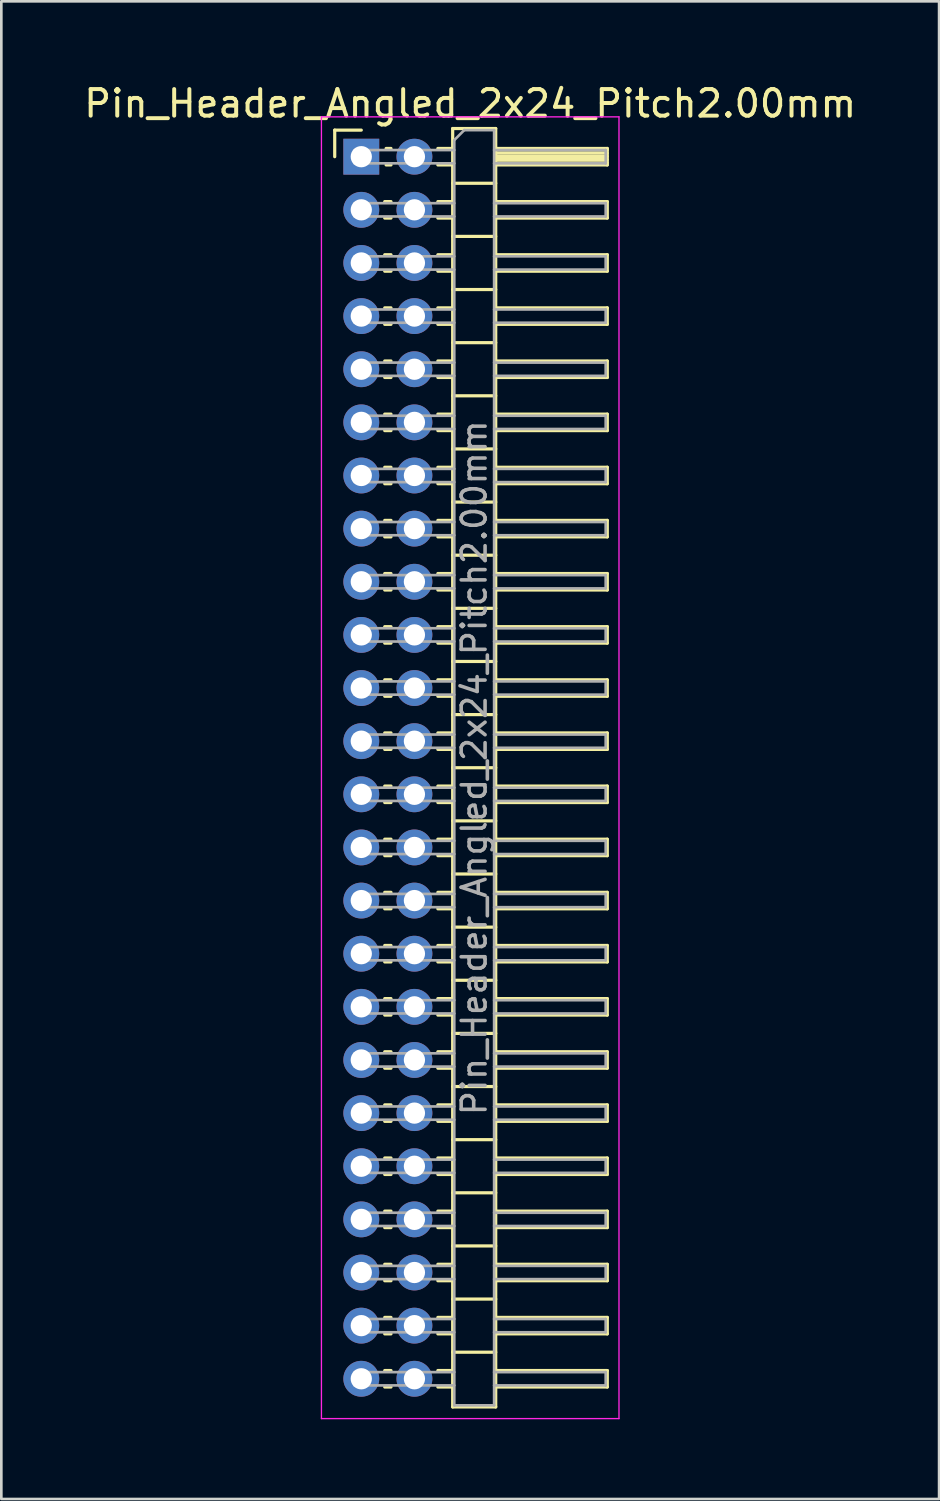
<source format=kicad_pcb>
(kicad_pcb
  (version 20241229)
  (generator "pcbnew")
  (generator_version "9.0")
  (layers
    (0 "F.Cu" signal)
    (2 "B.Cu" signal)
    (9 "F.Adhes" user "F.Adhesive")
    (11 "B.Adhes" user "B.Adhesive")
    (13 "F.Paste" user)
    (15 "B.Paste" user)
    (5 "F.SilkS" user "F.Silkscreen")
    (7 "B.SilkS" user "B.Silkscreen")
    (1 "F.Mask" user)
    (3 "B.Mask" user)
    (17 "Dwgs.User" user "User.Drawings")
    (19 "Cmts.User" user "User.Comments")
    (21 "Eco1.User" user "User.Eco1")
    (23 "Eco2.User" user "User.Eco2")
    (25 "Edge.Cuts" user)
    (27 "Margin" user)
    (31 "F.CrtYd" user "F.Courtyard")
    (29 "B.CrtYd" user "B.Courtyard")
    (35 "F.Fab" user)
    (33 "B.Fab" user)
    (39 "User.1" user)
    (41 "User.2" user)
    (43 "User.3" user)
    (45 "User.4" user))
  (footprint "Pin_Header_Angled_2x24_Pitch2.00mm"
    (layer "F.Cu")
    (at 10.549 2.848)
    (property "Reference" "Pin_Header_Angled_2x24_Pitch2.00mm" (at 4.1 -2 0) (layer "F.SilkS") (effects (font (size 1 1) (thickness 0.15))))
    (attr through_hole)
    (fp_line (start -1 -1) (end 0 -1) (stroke (width 0.12) (type solid)) (layer "F.SilkS"))
    (fp_line (start -1 0) (end -1 -1) (stroke (width 0.12) (type solid)) (layer "F.SilkS"))
    (fp_line (start 0.882 1.69) (end 1.118 1.69) (stroke (width 0.12) (type solid)) (layer "F.SilkS"))
    (fp_line (start 0.882 2.31) (end 1.118 2.31) (stroke (width 0.12) (type solid)) (layer "F.SilkS"))
    (fp_line (start 0.882 3.69) (end 1.118 3.69) (stroke (width 0.12) (type solid)) (layer "F.SilkS"))
    (fp_line (start 0.882 4.31) (end 1.118 4.31) (stroke (width 0.12) (type solid)) (layer "F.SilkS"))
    (fp_line (start 0.882 5.69) (end 1.118 5.69) (stroke (width 0.12) (type solid)) (layer "F.SilkS"))
    (fp_line (start 0.882 6.31) (end 1.118 6.31) (stroke (width 0.12) (type solid)) (layer "F.SilkS"))
    (fp_line (start 0.882 7.69) (end 1.118 7.69) (stroke (width 0.12) (type solid)) (layer "F.SilkS"))
    (fp_line (start 0.882 8.31) (end 1.118 8.31) (stroke (width 0.12) (type solid)) (layer "F.SilkS"))
    (fp_line (start 0.882 9.69) (end 1.118 9.69) (stroke (width 0.12) (type solid)) (layer "F.SilkS"))
    (fp_line (start 0.882 10.31) (end 1.118 10.31) (stroke (width 0.12) (type solid)) (layer "F.SilkS"))
    (fp_line (start 0.882 11.69) (end 1.118 11.69) (stroke (width 0.12) (type solid)) (layer "F.SilkS"))
    (fp_line (start 0.882 12.31) (end 1.118 12.31) (stroke (width 0.12) (type solid)) (layer "F.SilkS"))
    (fp_line (start 0.882 13.69) (end 1.118 13.69) (stroke (width 0.12) (type solid)) (layer "F.SilkS"))
    (fp_line (start 0.882 14.31) (end 1.118 14.31) (stroke (width 0.12) (type solid)) (layer "F.SilkS"))
    (fp_line (start 0.882 15.69) (end 1.118 15.69) (stroke (width 0.12) (type solid)) (layer "F.SilkS"))
    (fp_line (start 0.882 16.31) (end 1.118 16.31) (stroke (width 0.12) (type solid)) (layer "F.SilkS"))
    (fp_line (start 0.882 17.69) (end 1.118 17.69) (stroke (width 0.12) (type solid)) (layer "F.SilkS"))
    (fp_line (start 0.882 18.31) (end 1.118 18.31) (stroke (width 0.12) (type solid)) (layer "F.SilkS"))
    (fp_line (start 0.882 19.69) (end 1.118 19.69) (stroke (width 0.12) (type solid)) (layer "F.SilkS"))
    (fp_line (start 0.882 20.31) (end 1.118 20.31) (stroke (width 0.12) (type solid)) (layer "F.SilkS"))
    (fp_line (start 0.882 21.69) (end 1.118 21.69) (stroke (width 0.12) (type solid)) (layer "F.SilkS"))
    (fp_line (start 0.882 22.31) (end 1.118 22.31) (stroke (width 0.12) (type solid)) (layer "F.SilkS"))
    (fp_line (start 0.882 23.69) (end 1.118 23.69) (stroke (width 0.12) (type solid)) (layer "F.SilkS"))
    (fp_line (start 0.882 24.31) (end 1.118 24.31) (stroke (width 0.12) (type solid)) (layer "F.SilkS"))
    (fp_line (start 0.882 25.69) (end 1.118 25.69) (stroke (width 0.12) (type solid)) (layer "F.SilkS"))
    (fp_line (start 0.882 26.31) (end 1.118 26.31) (stroke (width 0.12) (type solid)) (layer "F.SilkS"))
    (fp_line (start 0.882 27.69) (end 1.118 27.69) (stroke (width 0.12) (type solid)) (layer "F.SilkS"))
    (fp_line (start 0.882 28.31) (end 1.118 28.31) (stroke (width 0.12) (type solid)) (layer "F.SilkS"))
    (fp_line (start 0.882 29.69) (end 1.118 29.69) (stroke (width 0.12) (type solid)) (layer "F.SilkS"))
    (fp_line (start 0.882 30.31) (end 1.118 30.31) (stroke (width 0.12) (type solid)) (layer "F.SilkS"))
    (fp_line (start 0.882 31.69) (end 1.118 31.69) (stroke (width 0.12) (type solid)) (layer "F.SilkS"))
    (fp_line (start 0.882 32.31) (end 1.118 32.31) (stroke (width 0.12) (type solid)) (layer "F.SilkS"))
    (fp_line (start 0.882 33.69) (end 1.118 33.69) (stroke (width 0.12) (type solid)) (layer "F.SilkS"))
    (fp_line (start 0.882 34.31) (end 1.118 34.31) (stroke (width 0.12) (type solid)) (layer "F.SilkS"))
    (fp_line (start 0.882 35.69) (end 1.118 35.69) (stroke (width 0.12) (type solid)) (layer "F.SilkS"))
    (fp_line (start 0.882 36.31) (end 1.118 36.31) (stroke (width 0.12) (type solid)) (layer "F.SilkS"))
    (fp_line (start 0.882 37.69) (end 1.118 37.69) (stroke (width 0.12) (type solid)) (layer "F.SilkS"))
    (fp_line (start 0.882 38.31) (end 1.118 38.31) (stroke (width 0.12) (type solid)) (layer "F.SilkS"))
    (fp_line (start 0.882 39.69) (end 1.118 39.69) (stroke (width 0.12) (type solid)) (layer "F.SilkS"))
    (fp_line (start 0.882 40.31) (end 1.118 40.31) (stroke (width 0.12) (type solid)) (layer "F.SilkS"))
    (fp_line (start 0.882 41.69) (end 1.118 41.69) (stroke (width 0.12) (type solid)) (layer "F.SilkS"))
    (fp_line (start 0.882 42.31) (end 1.118 42.31) (stroke (width 0.12) (type solid)) (layer "F.SilkS"))
    (fp_line (start 0.882 43.69) (end 1.118 43.69) (stroke (width 0.12) (type solid)) (layer "F.SilkS"))
    (fp_line (start 0.882 44.31) (end 1.118 44.31) (stroke (width 0.12) (type solid)) (layer "F.SilkS"))
    (fp_line (start 0.882 45.69) (end 1.118 45.69) (stroke (width 0.12) (type solid)) (layer "F.SilkS"))
    (fp_line (start 0.882 46.31) (end 1.118 46.31) (stroke (width 0.12) (type solid)) (layer "F.SilkS"))
    (fp_line (start 0.935 -0.31) (end 1.118 -0.31) (stroke (width 0.12) (type solid)) (layer "F.SilkS"))
    (fp_line (start 0.935 0.31) (end 1.118 0.31) (stroke (width 0.12) (type solid)) (layer "F.SilkS"))
    (fp_line (start 2.882 -0.31) (end 3.44 -0.31) (stroke (width 0.12) (type solid)) (layer "F.SilkS"))
    (fp_line (start 2.882 0.31) (end 3.44 0.31) (stroke (width 0.12) (type solid)) (layer "F.SilkS"))
    (fp_line (start 2.882 1.69) (end 3.44 1.69) (stroke (width 0.12) (type solid)) (layer "F.SilkS"))
    (fp_line (start 2.882 2.31) (end 3.44 2.31) (stroke (width 0.12) (type solid)) (layer "F.SilkS"))
    (fp_line (start 2.882 3.69) (end 3.44 3.69) (stroke (width 0.12) (type solid)) (layer "F.SilkS"))
    (fp_line (start 2.882 4.31) (end 3.44 4.31) (stroke (width 0.12) (type solid)) (layer "F.SilkS"))
    (fp_line (start 2.882 5.69) (end 3.44 5.69) (stroke (width 0.12) (type solid)) (layer "F.SilkS"))
    (fp_line (start 2.882 6.31) (end 3.44 6.31) (stroke (width 0.12) (type solid)) (layer "F.SilkS"))
    (fp_line (start 2.882 7.69) (end 3.44 7.69) (stroke (width 0.12) (type solid)) (layer "F.SilkS"))
    (fp_line (start 2.882 8.31) (end 3.44 8.31) (stroke (width 0.12) (type solid)) (layer "F.SilkS"))
    (fp_line (start 2.882 9.69) (end 3.44 9.69) (stroke (width 0.12) (type solid)) (layer "F.SilkS"))
    (fp_line (start 2.882 10.31) (end 3.44 10.31) (stroke (width 0.12) (type solid)) (layer "F.SilkS"))
    (fp_line (start 2.882 11.69) (end 3.44 11.69) (stroke (width 0.12) (type solid)) (layer "F.SilkS"))
    (fp_line (start 2.882 12.31) (end 3.44 12.31) (stroke (width 0.12) (type solid)) (layer "F.SilkS"))
    (fp_line (start 2.882 13.69) (end 3.44 13.69) (stroke (width 0.12) (type solid)) (layer "F.SilkS"))
    (fp_line (start 2.882 14.31) (end 3.44 14.31) (stroke (width 0.12) (type solid)) (layer "F.SilkS"))
    (fp_line (start 2.882 15.69) (end 3.44 15.69) (stroke (width 0.12) (type solid)) (layer "F.SilkS"))
    (fp_line (start 2.882 16.31) (end 3.44 16.31) (stroke (width 0.12) (type solid)) (layer "F.SilkS"))
    (fp_line (start 2.882 17.69) (end 3.44 17.69) (stroke (width 0.12) (type solid)) (layer "F.SilkS"))
    (fp_line (start 2.882 18.31) (end 3.44 18.31) (stroke (width 0.12) (type solid)) (layer "F.SilkS"))
    (fp_line (start 2.882 19.69) (end 3.44 19.69) (stroke (width 0.12) (type solid)) (layer "F.SilkS"))
    (fp_line (start 2.882 20.31) (end 3.44 20.31) (stroke (width 0.12) (type solid)) (layer "F.SilkS"))
    (fp_line (start 2.882 21.69) (end 3.44 21.69) (stroke (width 0.12) (type solid)) (layer "F.SilkS"))
    (fp_line (start 2.882 22.31) (end 3.44 22.31) (stroke (width 0.12) (type solid)) (layer "F.SilkS"))
    (fp_line (start 2.882 23.69) (end 3.44 23.69) (stroke (width 0.12) (type solid)) (layer "F.SilkS"))
    (fp_line (start 2.882 24.31) (end 3.44 24.31) (stroke (width 0.12) (type solid)) (layer "F.SilkS"))
    (fp_line (start 2.882 25.69) (end 3.44 25.69) (stroke (width 0.12) (type solid)) (layer "F.SilkS"))
    (fp_line (start 2.882 26.31) (end 3.44 26.31) (stroke (width 0.12) (type solid)) (layer "F.SilkS"))
    (fp_line (start 2.882 27.69) (end 3.44 27.69) (stroke (width 0.12) (type solid)) (layer "F.SilkS"))
    (fp_line (start 2.882 28.31) (end 3.44 28.31) (stroke (width 0.12) (type solid)) (layer "F.SilkS"))
    (fp_line (start 2.882 29.69) (end 3.44 29.69) (stroke (width 0.12) (type solid)) (layer "F.SilkS"))
    (fp_line (start 2.882 30.31) (end 3.44 30.31) (stroke (width 0.12) (type solid)) (layer "F.SilkS"))
    (fp_line (start 2.882 31.69) (end 3.44 31.69) (stroke (width 0.12) (type solid)) (layer "F.SilkS"))
    (fp_line (start 2.882 32.31) (end 3.44 32.31) (stroke (width 0.12) (type solid)) (layer "F.SilkS"))
    (fp_line (start 2.882 33.69) (end 3.44 33.69) (stroke (width 0.12) (type solid)) (layer "F.SilkS"))
    (fp_line (start 2.882 34.31) (end 3.44 34.31) (stroke (width 0.12) (type solid)) (layer "F.SilkS"))
    (fp_line (start 2.882 35.69) (end 3.44 35.69) (stroke (width 0.12) (type solid)) (layer "F.SilkS"))
    (fp_line (start 2.882 36.31) (end 3.44 36.31) (stroke (width 0.12) (type solid)) (layer "F.SilkS"))
    (fp_line (start 2.882 37.69) (end 3.44 37.69) (stroke (width 0.12) (type solid)) (layer "F.SilkS"))
    (fp_line (start 2.882 38.31) (end 3.44 38.31) (stroke (width 0.12) (type solid)) (layer "F.SilkS"))
    (fp_line (start 2.882 39.69) (end 3.44 39.69) (stroke (width 0.12) (type solid)) (layer "F.SilkS"))
    (fp_line (start 2.882 40.31) (end 3.44 40.31) (stroke (width 0.12) (type solid)) (layer "F.SilkS"))
    (fp_line (start 2.882 41.69) (end 3.44 41.69) (stroke (width 0.12) (type solid)) (layer "F.SilkS"))
    (fp_line (start 2.882 42.31) (end 3.44 42.31) (stroke (width 0.12) (type solid)) (layer "F.SilkS"))
    (fp_line (start 2.882 43.69) (end 3.44 43.69) (stroke (width 0.12) (type solid)) (layer "F.SilkS"))
    (fp_line (start 2.882 44.31) (end 3.44 44.31) (stroke (width 0.12) (type solid)) (layer "F.SilkS"))
    (fp_line (start 2.882 45.69) (end 3.44 45.69) (stroke (width 0.12) (type solid)) (layer "F.SilkS"))
    (fp_line (start 2.882 46.31) (end 3.44 46.31) (stroke (width 0.12) (type solid)) (layer "F.SilkS"))
    (fp_line (start 3.44 -1.06) (end 3.44 47.06) (stroke (width 0.12) (type solid)) (layer "F.SilkS"))
    (fp_line (start 3.44 1) (end 5.06 1) (stroke (width 0.12) (type solid)) (layer "F.SilkS"))
    (fp_line (start 3.44 3) (end 5.06 3) (stroke (width 0.12) (type solid)) (layer "F.SilkS"))
    (fp_line (start 3.44 5) (end 5.06 5) (stroke (width 0.12) (type solid)) (layer "F.SilkS"))
    (fp_line (start 3.44 7) (end 5.06 7) (stroke (width 0.12) (type solid)) (layer "F.SilkS"))
    (fp_line (start 3.44 9) (end 5.06 9) (stroke (width 0.12) (type solid)) (layer "F.SilkS"))
    (fp_line (start 3.44 11) (end 5.06 11) (stroke (width 0.12) (type solid)) (layer "F.SilkS"))
    (fp_line (start 3.44 13) (end 5.06 13) (stroke (width 0.12) (type solid)) (layer "F.SilkS"))
    (fp_line (start 3.44 15) (end 5.06 15) (stroke (width 0.12) (type solid)) (layer "F.SilkS"))
    (fp_line (start 3.44 17) (end 5.06 17) (stroke (width 0.12) (type solid)) (layer "F.SilkS"))
    (fp_line (start 3.44 19) (end 5.06 19) (stroke (width 0.12) (type solid)) (layer "F.SilkS"))
    (fp_line (start 3.44 21) (end 5.06 21) (stroke (width 0.12) (type solid)) (layer "F.SilkS"))
    (fp_line (start 3.44 23) (end 5.06 23) (stroke (width 0.12) (type solid)) (layer "F.SilkS"))
    (fp_line (start 3.44 25) (end 5.06 25) (stroke (width 0.12) (type solid)) (layer "F.SilkS"))
    (fp_line (start 3.44 27) (end 5.06 27) (stroke (width 0.12) (type solid)) (layer "F.SilkS"))
    (fp_line (start 3.44 29) (end 5.06 29) (stroke (width 0.12) (type solid)) (layer "F.SilkS"))
    (fp_line (start 3.44 31) (end 5.06 31) (stroke (width 0.12) (type solid)) (layer "F.SilkS"))
    (fp_line (start 3.44 33) (end 5.06 33) (stroke (width 0.12) (type solid)) (layer "F.SilkS"))
    (fp_line (start 3.44 35) (end 5.06 35) (stroke (width 0.12) (type solid)) (layer "F.SilkS"))
    (fp_line (start 3.44 37) (end 5.06 37) (stroke (width 0.12) (type solid)) (layer "F.SilkS"))
    (fp_line (start 3.44 39) (end 5.06 39) (stroke (width 0.12) (type solid)) (layer "F.SilkS"))
    (fp_line (start 3.44 41) (end 5.06 41) (stroke (width 0.12) (type solid)) (layer "F.SilkS"))
    (fp_line (start 3.44 43) (end 5.06 43) (stroke (width 0.12) (type solid)) (layer "F.SilkS"))
    (fp_line (start 3.44 45) (end 5.06 45) (stroke (width 0.12) (type solid)) (layer "F.SilkS"))
    (fp_line (start 3.44 47.06) (end 5.06 47.06) (stroke (width 0.12) (type solid)) (layer "F.SilkS"))
    (fp_line (start 5.06 -1.06) (end 3.44 -1.06) (stroke (width 0.12) (type solid)) (layer "F.SilkS"))
    (fp_line (start 5.06 -0.31) (end 9.26 -0.31) (stroke (width 0.12) (type solid)) (layer "F.SilkS"))
    (fp_line (start 5.06 -0.25) (end 9.26 -0.25) (stroke (width 0.12) (type solid)) (layer "F.SilkS"))
    (fp_line (start 5.06 -0.13) (end 9.26 -0.13) (stroke (width 0.12) (type solid)) (layer "F.SilkS"))
    (fp_line (start 5.06 -0.01) (end 9.26 -0.01) (stroke (width 0.12) (type solid)) (layer "F.SilkS"))
    (fp_line (start 5.06 0.11) (end 9.26 0.11) (stroke (width 0.12) (type solid)) (layer "F.SilkS"))
    (fp_line (start 5.06 0.23) (end 9.26 0.23) (stroke (width 0.12) (type solid)) (layer "F.SilkS"))
    (fp_line (start 5.06 1.69) (end 9.26 1.69) (stroke (width 0.12) (type solid)) (layer "F.SilkS"))
    (fp_line (start 5.06 3.69) (end 9.26 3.69) (stroke (width 0.12) (type solid)) (layer "F.SilkS"))
    (fp_line (start 5.06 5.69) (end 9.26 5.69) (stroke (width 0.12) (type solid)) (layer "F.SilkS"))
    (fp_line (start 5.06 7.69) (end 9.26 7.69) (stroke (width 0.12) (type solid)) (layer "F.SilkS"))
    (fp_line (start 5.06 9.69) (end 9.26 9.69) (stroke (width 0.12) (type solid)) (layer "F.SilkS"))
    (fp_line (start 5.06 11.69) (end 9.26 11.69) (stroke (width 0.12) (type solid)) (layer "F.SilkS"))
    (fp_line (start 5.06 13.69) (end 9.26 13.69) (stroke (width 0.12) (type solid)) (layer "F.SilkS"))
    (fp_line (start 5.06 15.69) (end 9.26 15.69) (stroke (width 0.12) (type solid)) (layer "F.SilkS"))
    (fp_line (start 5.06 17.69) (end 9.26 17.69) (stroke (width 0.12) (type solid)) (layer "F.SilkS"))
    (fp_line (start 5.06 19.69) (end 9.26 19.69) (stroke (width 0.12) (type solid)) (layer "F.SilkS"))
    (fp_line (start 5.06 21.69) (end 9.26 21.69) (stroke (width 0.12) (type solid)) (layer "F.SilkS"))
    (fp_line (start 5.06 23.69) (end 9.26 23.69) (stroke (width 0.12) (type solid)) (layer "F.SilkS"))
    (fp_line (start 5.06 25.69) (end 9.26 25.69) (stroke (width 0.12) (type solid)) (layer "F.SilkS"))
    (fp_line (start 5.06 27.69) (end 9.26 27.69) (stroke (width 0.12) (type solid)) (layer "F.SilkS"))
    (fp_line (start 5.06 29.69) (end 9.26 29.69) (stroke (width 0.12) (type solid)) (layer "F.SilkS"))
    (fp_line (start 5.06 31.69) (end 9.26 31.69) (stroke (width 0.12) (type solid)) (layer "F.SilkS"))
    (fp_line (start 5.06 33.69) (end 9.26 33.69) (stroke (width 0.12) (type solid)) (layer "F.SilkS"))
    (fp_line (start 5.06 35.69) (end 9.26 35.69) (stroke (width 0.12) (type solid)) (layer "F.SilkS"))
    (fp_line (start 5.06 37.69) (end 9.26 37.69) (stroke (width 0.12) (type solid)) (layer "F.SilkS"))
    (fp_line (start 5.06 39.69) (end 9.26 39.69) (stroke (width 0.12) (type solid)) (layer "F.SilkS"))
    (fp_line (start 5.06 41.69) (end 9.26 41.69) (stroke (width 0.12) (type solid)) (layer "F.SilkS"))
    (fp_line (start 5.06 43.69) (end 9.26 43.69) (stroke (width 0.12) (type solid)) (layer "F.SilkS"))
    (fp_line (start 5.06 45.69) (end 9.26 45.69) (stroke (width 0.12) (type solid)) (layer "F.SilkS"))
    (fp_line (start 5.06 47.06) (end 5.06 -1.06) (stroke (width 0.12) (type solid)) (layer "F.SilkS"))
    (fp_line (start 9.26 -0.31) (end 9.26 0.31) (stroke (width 0.12) (type solid)) (layer "F.SilkS"))
    (fp_line (start 9.26 0.31) (end 5.06 0.31) (stroke (width 0.12) (type solid)) (layer "F.SilkS"))
    (fp_line (start 9.26 1.69) (end 9.26 2.31) (stroke (width 0.12) (type solid)) (layer "F.SilkS"))
    (fp_line (start 9.26 2.31) (end 5.06 2.31) (stroke (width 0.12) (type solid)) (layer "F.SilkS"))
    (fp_line (start 9.26 3.69) (end 9.26 4.31) (stroke (width 0.12) (type solid)) (layer "F.SilkS"))
    (fp_line (start 9.26 4.31) (end 5.06 4.31) (stroke (width 0.12) (type solid)) (layer "F.SilkS"))
    (fp_line (start 9.26 5.69) (end 9.26 6.31) (stroke (width 0.12) (type solid)) (layer "F.SilkS"))
    (fp_line (start 9.26 6.31) (end 5.06 6.31) (stroke (width 0.12) (type solid)) (layer "F.SilkS"))
    (fp_line (start 9.26 7.69) (end 9.26 8.31) (stroke (width 0.12) (type solid)) (layer "F.SilkS"))
    (fp_line (start 9.26 8.31) (end 5.06 8.31) (stroke (width 0.12) (type solid)) (layer "F.SilkS"))
    (fp_line (start 9.26 9.69) (end 9.26 10.31) (stroke (width 0.12) (type solid)) (layer "F.SilkS"))
    (fp_line (start 9.26 10.31) (end 5.06 10.31) (stroke (width 0.12) (type solid)) (layer "F.SilkS"))
    (fp_line (start 9.26 11.69) (end 9.26 12.31) (stroke (width 0.12) (type solid)) (layer "F.SilkS"))
    (fp_line (start 9.26 12.31) (end 5.06 12.31) (stroke (width 0.12) (type solid)) (layer "F.SilkS"))
    (fp_line (start 9.26 13.69) (end 9.26 14.31) (stroke (width 0.12) (type solid)) (layer "F.SilkS"))
    (fp_line (start 9.26 14.31) (end 5.06 14.31) (stroke (width 0.12) (type solid)) (layer "F.SilkS"))
    (fp_line (start 9.26 15.69) (end 9.26 16.31) (stroke (width 0.12) (type solid)) (layer "F.SilkS"))
    (fp_line (start 9.26 16.31) (end 5.06 16.31) (stroke (width 0.12) (type solid)) (layer "F.SilkS"))
    (fp_line (start 9.26 17.69) (end 9.26 18.31) (stroke (width 0.12) (type solid)) (layer "F.SilkS"))
    (fp_line (start 9.26 18.31) (end 5.06 18.31) (stroke (width 0.12) (type solid)) (layer "F.SilkS"))
    (fp_line (start 9.26 19.69) (end 9.26 20.31) (stroke (width 0.12) (type solid)) (layer "F.SilkS"))
    (fp_line (start 9.26 20.31) (end 5.06 20.31) (stroke (width 0.12) (type solid)) (layer "F.SilkS"))
    (fp_line (start 9.26 21.69) (end 9.26 22.31) (stroke (width 0.12) (type solid)) (layer "F.SilkS"))
    (fp_line (start 9.26 22.31) (end 5.06 22.31) (stroke (width 0.12) (type solid)) (layer "F.SilkS"))
    (fp_line (start 9.26 23.69) (end 9.26 24.31) (stroke (width 0.12) (type solid)) (layer "F.SilkS"))
    (fp_line (start 9.26 24.31) (end 5.06 24.31) (stroke (width 0.12) (type solid)) (layer "F.SilkS"))
    (fp_line (start 9.26 25.69) (end 9.26 26.31) (stroke (width 0.12) (type solid)) (layer "F.SilkS"))
    (fp_line (start 9.26 26.31) (end 5.06 26.31) (stroke (width 0.12) (type solid)) (layer "F.SilkS"))
    (fp_line (start 9.26 27.69) (end 9.26 28.31) (stroke (width 0.12) (type solid)) (layer "F.SilkS"))
    (fp_line (start 9.26 28.31) (end 5.06 28.31) (stroke (width 0.12) (type solid)) (layer "F.SilkS"))
    (fp_line (start 9.26 29.69) (end 9.26 30.31) (stroke (width 0.12) (type solid)) (layer "F.SilkS"))
    (fp_line (start 9.26 30.31) (end 5.06 30.31) (stroke (width 0.12) (type solid)) (layer "F.SilkS"))
    (fp_line (start 9.26 31.69) (end 9.26 32.31) (stroke (width 0.12) (type solid)) (layer "F.SilkS"))
    (fp_line (start 9.26 32.31) (end 5.06 32.31) (stroke (width 0.12) (type solid)) (layer "F.SilkS"))
    (fp_line (start 9.26 33.69) (end 9.26 34.31) (stroke (width 0.12) (type solid)) (layer "F.SilkS"))
    (fp_line (start 9.26 34.31) (end 5.06 34.31) (stroke (width 0.12) (type solid)) (layer "F.SilkS"))
    (fp_line (start 9.26 35.69) (end 9.26 36.31) (stroke (width 0.12) (type solid)) (layer "F.SilkS"))
    (fp_line (start 9.26 36.31) (end 5.06 36.31) (stroke (width 0.12) (type solid)) (layer "F.SilkS"))
    (fp_line (start 9.26 37.69) (end 9.26 38.31) (stroke (width 0.12) (type solid)) (layer "F.SilkS"))
    (fp_line (start 9.26 38.31) (end 5.06 38.31) (stroke (width 0.12) (type solid)) (layer "F.SilkS"))
    (fp_line (start 9.26 39.69) (end 9.26 40.31) (stroke (width 0.12) (type solid)) (layer "F.SilkS"))
    (fp_line (start 9.26 40.31) (end 5.06 40.31) (stroke (width 0.12) (type solid)) (layer "F.SilkS"))
    (fp_line (start 9.26 41.69) (end 9.26 42.31) (stroke (width 0.12) (type solid)) (layer "F.SilkS"))
    (fp_line (start 9.26 42.31) (end 5.06 42.31) (stroke (width 0.12) (type solid)) (layer "F.SilkS"))
    (fp_line (start 9.26 43.69) (end 9.26 44.31) (stroke (width 0.12) (type solid)) (layer "F.SilkS"))
    (fp_line (start 9.26 44.31) (end 5.06 44.31) (stroke (width 0.12) (type solid)) (layer "F.SilkS"))
    (fp_line (start 9.26 45.69) (end 9.26 46.31) (stroke (width 0.12) (type solid)) (layer "F.SilkS"))
    (fp_line (start 9.26 46.31) (end 5.06 46.31) (stroke (width 0.12) (type solid)) (layer "F.SilkS"))
    (fp_line (start -1.5 -1.5) (end -1.5 47.5) (stroke (width 0.05) (type solid)) (layer "F.CrtYd"))
    (fp_line (start -1.5 47.5) (end 9.7 47.5) (stroke (width 0.05) (type solid)) (layer "F.CrtYd"))
    (fp_line (start 9.7 -1.5) (end -1.5 -1.5) (stroke (width 0.05) (type solid)) (layer "F.CrtYd"))
    (fp_line (start 9.7 47.5) (end 9.7 -1.5) (stroke (width 0.05) (type solid)) (layer "F.CrtYd"))
    (fp_line (start -0.25 -0.25) (end -0.25 0.25) (stroke (width 0.1) (type solid)) (layer "F.Fab"))
    (fp_line (start -0.25 -0.25) (end 3.5 -0.25) (stroke (width 0.1) (type solid)) (layer "F.Fab"))
    (fp_line (start -0.25 0.25) (end 3.5 0.25) (stroke (width 0.1) (type solid)) (layer "F.Fab"))
    (fp_line (start -0.25 1.75) (end -0.25 2.25) (stroke (width 0.1) (type solid)) (layer "F.Fab"))
    (fp_line (start -0.25 1.75) (end 3.5 1.75) (stroke (width 0.1) (type solid)) (layer "F.Fab"))
    (fp_line (start -0.25 2.25) (end 3.5 2.25) (stroke (width 0.1) (type solid)) (layer "F.Fab"))
    (fp_line (start -0.25 3.75) (end -0.25 4.25) (stroke (width 0.1) (type solid)) (layer "F.Fab"))
    (fp_line (start -0.25 3.75) (end 3.5 3.75) (stroke (width 0.1) (type solid)) (layer "F.Fab"))
    (fp_line (start -0.25 4.25) (end 3.5 4.25) (stroke (width 0.1) (type solid)) (layer "F.Fab"))
    (fp_line (start -0.25 5.75) (end -0.25 6.25) (stroke (width 0.1) (type solid)) (layer "F.Fab"))
    (fp_line (start -0.25 5.75) (end 3.5 5.75) (stroke (width 0.1) (type solid)) (layer "F.Fab"))
    (fp_line (start -0.25 6.25) (end 3.5 6.25) (stroke (width 0.1) (type solid)) (layer "F.Fab"))
    (fp_line (start -0.25 7.75) (end -0.25 8.25) (stroke (width 0.1) (type solid)) (layer "F.Fab"))
    (fp_line (start -0.25 7.75) (end 3.5 7.75) (stroke (width 0.1) (type solid)) (layer "F.Fab"))
    (fp_line (start -0.25 8.25) (end 3.5 8.25) (stroke (width 0.1) (type solid)) (layer "F.Fab"))
    (fp_line (start -0.25 9.75) (end -0.25 10.25) (stroke (width 0.1) (type solid)) (layer "F.Fab"))
    (fp_line (start -0.25 9.75) (end 3.5 9.75) (stroke (width 0.1) (type solid)) (layer "F.Fab"))
    (fp_line (start -0.25 10.25) (end 3.5 10.25) (stroke (width 0.1) (type solid)) (layer "F.Fab"))
    (fp_line (start -0.25 11.75) (end -0.25 12.25) (stroke (width 0.1) (type solid)) (layer "F.Fab"))
    (fp_line (start -0.25 11.75) (end 3.5 11.75) (stroke (width 0.1) (type solid)) (layer "F.Fab"))
    (fp_line (start -0.25 12.25) (end 3.5 12.25) (stroke (width 0.1) (type solid)) (layer "F.Fab"))
    (fp_line (start -0.25 13.75) (end -0.25 14.25) (stroke (width 0.1) (type solid)) (layer "F.Fab"))
    (fp_line (start -0.25 13.75) (end 3.5 13.75) (stroke (width 0.1) (type solid)) (layer "F.Fab"))
    (fp_line (start -0.25 14.25) (end 3.5 14.25) (stroke (width 0.1) (type solid)) (layer "F.Fab"))
    (fp_line (start -0.25 15.75) (end -0.25 16.25) (stroke (width 0.1) (type solid)) (layer "F.Fab"))
    (fp_line (start -0.25 15.75) (end 3.5 15.75) (stroke (width 0.1) (type solid)) (layer "F.Fab"))
    (fp_line (start -0.25 16.25) (end 3.5 16.25) (stroke (width 0.1) (type solid)) (layer "F.Fab"))
    (fp_line (start -0.25 17.75) (end -0.25 18.25) (stroke (width 0.1) (type solid)) (layer "F.Fab"))
    (fp_line (start -0.25 17.75) (end 3.5 17.75) (stroke (width 0.1) (type solid)) (layer "F.Fab"))
    (fp_line (start -0.25 18.25) (end 3.5 18.25) (stroke (width 0.1) (type solid)) (layer "F.Fab"))
    (fp_line (start -0.25 19.75) (end -0.25 20.25) (stroke (width 0.1) (type solid)) (layer "F.Fab"))
    (fp_line (start -0.25 19.75) (end 3.5 19.75) (stroke (width 0.1) (type solid)) (layer "F.Fab"))
    (fp_line (start -0.25 20.25) (end 3.5 20.25) (stroke (width 0.1) (type solid)) (layer "F.Fab"))
    (fp_line (start -0.25 21.75) (end -0.25 22.25) (stroke (width 0.1) (type solid)) (layer "F.Fab"))
    (fp_line (start -0.25 21.75) (end 3.5 21.75) (stroke (width 0.1) (type solid)) (layer "F.Fab"))
    (fp_line (start -0.25 22.25) (end 3.5 22.25) (stroke (width 0.1) (type solid)) (layer "F.Fab"))
    (fp_line (start -0.25 23.75) (end -0.25 24.25) (stroke (width 0.1) (type solid)) (layer "F.Fab"))
    (fp_line (start -0.25 23.75) (end 3.5 23.75) (stroke (width 0.1) (type solid)) (layer "F.Fab"))
    (fp_line (start -0.25 24.25) (end 3.5 24.25) (stroke (width 0.1) (type solid)) (layer "F.Fab"))
    (fp_line (start -0.25 25.75) (end -0.25 26.25) (stroke (width 0.1) (type solid)) (layer "F.Fab"))
    (fp_line (start -0.25 25.75) (end 3.5 25.75) (stroke (width 0.1) (type solid)) (layer "F.Fab"))
    (fp_line (start -0.25 26.25) (end 3.5 26.25) (stroke (width 0.1) (type solid)) (layer "F.Fab"))
    (fp_line (start -0.25 27.75) (end -0.25 28.25) (stroke (width 0.1) (type solid)) (layer "F.Fab"))
    (fp_line (start -0.25 27.75) (end 3.5 27.75) (stroke (width 0.1) (type solid)) (layer "F.Fab"))
    (fp_line (start -0.25 28.25) (end 3.5 28.25) (stroke (width 0.1) (type solid)) (layer "F.Fab"))
    (fp_line (start -0.25 29.75) (end -0.25 30.25) (stroke (width 0.1) (type solid)) (layer "F.Fab"))
    (fp_line (start -0.25 29.75) (end 3.5 29.75) (stroke (width 0.1) (type solid)) (layer "F.Fab"))
    (fp_line (start -0.25 30.25) (end 3.5 30.25) (stroke (width 0.1) (type solid)) (layer "F.Fab"))
    (fp_line (start -0.25 31.75) (end -0.25 32.25) (stroke (width 0.1) (type solid)) (layer "F.Fab"))
    (fp_line (start -0.25 31.75) (end 3.5 31.75) (stroke (width 0.1) (type solid)) (layer "F.Fab"))
    (fp_line (start -0.25 32.25) (end 3.5 32.25) (stroke (width 0.1) (type solid)) (layer "F.Fab"))
    (fp_line (start -0.25 33.75) (end -0.25 34.25) (stroke (width 0.1) (type solid)) (layer "F.Fab"))
    (fp_line (start -0.25 33.75) (end 3.5 33.75) (stroke (width 0.1) (type solid)) (layer "F.Fab"))
    (fp_line (start -0.25 34.25) (end 3.5 34.25) (stroke (width 0.1) (type solid)) (layer "F.Fab"))
    (fp_line (start -0.25 35.75) (end -0.25 36.25) (stroke (width 0.1) (type solid)) (layer "F.Fab"))
    (fp_line (start -0.25 35.75) (end 3.5 35.75) (stroke (width 0.1) (type solid)) (layer "F.Fab"))
    (fp_line (start -0.25 36.25) (end 3.5 36.25) (stroke (width 0.1) (type solid)) (layer "F.Fab"))
    (fp_line (start -0.25 37.75) (end -0.25 38.25) (stroke (width 0.1) (type solid)) (layer "F.Fab"))
    (fp_line (start -0.25 37.75) (end 3.5 37.75) (stroke (width 0.1) (type solid)) (layer "F.Fab"))
    (fp_line (start -0.25 38.25) (end 3.5 38.25) (stroke (width 0.1) (type solid)) (layer "F.Fab"))
    (fp_line (start -0.25 39.75) (end -0.25 40.25) (stroke (width 0.1) (type solid)) (layer "F.Fab"))
    (fp_line (start -0.25 39.75) (end 3.5 39.75) (stroke (width 0.1) (type solid)) (layer "F.Fab"))
    (fp_line (start -0.25 40.25) (end 3.5 40.25) (stroke (width 0.1) (type solid)) (layer "F.Fab"))
    (fp_line (start -0.25 41.75) (end -0.25 42.25) (stroke (width 0.1) (type solid)) (layer "F.Fab"))
    (fp_line (start -0.25 41.75) (end 3.5 41.75) (stroke (width 0.1) (type solid)) (layer "F.Fab"))
    (fp_line (start -0.25 42.25) (end 3.5 42.25) (stroke (width 0.1) (type solid)) (layer "F.Fab"))
    (fp_line (start -0.25 43.75) (end -0.25 44.25) (stroke (width 0.1) (type solid)) (layer "F.Fab"))
    (fp_line (start -0.25 43.75) (end 3.5 43.75) (stroke (width 0.1) (type solid)) (layer "F.Fab"))
    (fp_line (start -0.25 44.25) (end 3.5 44.25) (stroke (width 0.1) (type solid)) (layer "F.Fab"))
    (fp_line (start -0.25 45.75) (end -0.25 46.25) (stroke (width 0.1) (type solid)) (layer "F.Fab"))
    (fp_line (start -0.25 45.75) (end 3.5 45.75) (stroke (width 0.1) (type solid)) (layer "F.Fab"))
    (fp_line (start -0.25 46.25) (end 3.5 46.25) (stroke (width 0.1) (type solid)) (layer "F.Fab"))
    (fp_line (start 3.5 -0.625) (end 3.875 -1) (stroke (width 0.1) (type solid)) (layer "F.Fab"))
    (fp_line (start 3.5 47) (end 3.5 -0.625) (stroke (width 0.1) (type solid)) (layer "F.Fab"))
    (fp_line (start 3.875 -1) (end 5 -1) (stroke (width 0.1) (type solid)) (layer "F.Fab"))
    (fp_line (start 5 -1) (end 5 47) (stroke (width 0.1) (type solid)) (layer "F.Fab"))
    (fp_line (start 5 -0.25) (end 9.2 -0.25) (stroke (width 0.1) (type solid)) (layer "F.Fab"))
    (fp_line (start 5 0.25) (end 9.2 0.25) (stroke (width 0.1) (type solid)) (layer "F.Fab"))
    (fp_line (start 5 1.75) (end 9.2 1.75) (stroke (width 0.1) (type solid)) (layer "F.Fab"))
    (fp_line (start 5 2.25) (end 9.2 2.25) (stroke (width 0.1) (type solid)) (layer "F.Fab"))
    (fp_line (start 5 3.75) (end 9.2 3.75) (stroke (width 0.1) (type solid)) (layer "F.Fab"))
    (fp_line (start 5 4.25) (end 9.2 4.25) (stroke (width 0.1) (type solid)) (layer "F.Fab"))
    (fp_line (start 5 5.75) (end 9.2 5.75) (stroke (width 0.1) (type solid)) (layer "F.Fab"))
    (fp_line (start 5 6.25) (end 9.2 6.25) (stroke (width 0.1) (type solid)) (layer "F.Fab"))
    (fp_line (start 5 7.75) (end 9.2 7.75) (stroke (width 0.1) (type solid)) (layer "F.Fab"))
    (fp_line (start 5 8.25) (end 9.2 8.25) (stroke (width 0.1) (type solid)) (layer "F.Fab"))
    (fp_line (start 5 9.75) (end 9.2 9.75) (stroke (width 0.1) (type solid)) (layer "F.Fab"))
    (fp_line (start 5 10.25) (end 9.2 10.25) (stroke (width 0.1) (type solid)) (layer "F.Fab"))
    (fp_line (start 5 11.75) (end 9.2 11.75) (stroke (width 0.1) (type solid)) (layer "F.Fab"))
    (fp_line (start 5 12.25) (end 9.2 12.25) (stroke (width 0.1) (type solid)) (layer "F.Fab"))
    (fp_line (start 5 13.75) (end 9.2 13.75) (stroke (width 0.1) (type solid)) (layer "F.Fab"))
    (fp_line (start 5 14.25) (end 9.2 14.25) (stroke (width 0.1) (type solid)) (layer "F.Fab"))
    (fp_line (start 5 15.75) (end 9.2 15.75) (stroke (width 0.1) (type solid)) (layer "F.Fab"))
    (fp_line (start 5 16.25) (end 9.2 16.25) (stroke (width 0.1) (type solid)) (layer "F.Fab"))
    (fp_line (start 5 17.75) (end 9.2 17.75) (stroke (width 0.1) (type solid)) (layer "F.Fab"))
    (fp_line (start 5 18.25) (end 9.2 18.25) (stroke (width 0.1) (type solid)) (layer "F.Fab"))
    (fp_line (start 5 19.75) (end 9.2 19.75) (stroke (width 0.1) (type solid)) (layer "F.Fab"))
    (fp_line (start 5 20.25) (end 9.2 20.25) (stroke (width 0.1) (type solid)) (layer "F.Fab"))
    (fp_line (start 5 21.75) (end 9.2 21.75) (stroke (width 0.1) (type solid)) (layer "F.Fab"))
    (fp_line (start 5 22.25) (end 9.2 22.25) (stroke (width 0.1) (type solid)) (layer "F.Fab"))
    (fp_line (start 5 23.75) (end 9.2 23.75) (stroke (width 0.1) (type solid)) (layer "F.Fab"))
    (fp_line (start 5 24.25) (end 9.2 24.25) (stroke (width 0.1) (type solid)) (layer "F.Fab"))
    (fp_line (start 5 25.75) (end 9.2 25.75) (stroke (width 0.1) (type solid)) (layer "F.Fab"))
    (fp_line (start 5 26.25) (end 9.2 26.25) (stroke (width 0.1) (type solid)) (layer "F.Fab"))
    (fp_line (start 5 27.75) (end 9.2 27.75) (stroke (width 0.1) (type solid)) (layer "F.Fab"))
    (fp_line (start 5 28.25) (end 9.2 28.25) (stroke (width 0.1) (type solid)) (layer "F.Fab"))
    (fp_line (start 5 29.75) (end 9.2 29.75) (stroke (width 0.1) (type solid)) (layer "F.Fab"))
    (fp_line (start 5 30.25) (end 9.2 30.25) (stroke (width 0.1) (type solid)) (layer "F.Fab"))
    (fp_line (start 5 31.75) (end 9.2 31.75) (stroke (width 0.1) (type solid)) (layer "F.Fab"))
    (fp_line (start 5 32.25) (end 9.2 32.25) (stroke (width 0.1) (type solid)) (layer "F.Fab"))
    (fp_line (start 5 33.75) (end 9.2 33.75) (stroke (width 0.1) (type solid)) (layer "F.Fab"))
    (fp_line (start 5 34.25) (end 9.2 34.25) (stroke (width 0.1) (type solid)) (layer "F.Fab"))
    (fp_line (start 5 35.75) (end 9.2 35.75) (stroke (width 0.1) (type solid)) (layer "F.Fab"))
    (fp_line (start 5 36.25) (end 9.2 36.25) (stroke (width 0.1) (type solid)) (layer "F.Fab"))
    (fp_line (start 5 37.75) (end 9.2 37.75) (stroke (width 0.1) (type solid)) (layer "F.Fab"))
    (fp_line (start 5 38.25) (end 9.2 38.25) (stroke (width 0.1) (type solid)) (layer "F.Fab"))
    (fp_line (start 5 39.75) (end 9.2 39.75) (stroke (width 0.1) (type solid)) (layer "F.Fab"))
    (fp_line (start 5 40.25) (end 9.2 40.25) (stroke (width 0.1) (type solid)) (layer "F.Fab"))
    (fp_line (start 5 41.75) (end 9.2 41.75) (stroke (width 0.1) (type solid)) (layer "F.Fab"))
    (fp_line (start 5 42.25) (end 9.2 42.25) (stroke (width 0.1) (type solid)) (layer "F.Fab"))
    (fp_line (start 5 43.75) (end 9.2 43.75) (stroke (width 0.1) (type solid)) (layer "F.Fab"))
    (fp_line (start 5 44.25) (end 9.2 44.25) (stroke (width 0.1) (type solid)) (layer "F.Fab"))
    (fp_line (start 5 45.75) (end 9.2 45.75) (stroke (width 0.1) (type solid)) (layer "F.Fab"))
    (fp_line (start 5 46.25) (end 9.2 46.25) (stroke (width 0.1) (type solid)) (layer "F.Fab"))
    (fp_line (start 5 47) (end 3.5 47) (stroke (width 0.1) (type solid)) (layer "F.Fab"))
    (fp_line (start 9.2 -0.25) (end 9.2 0.25) (stroke (width 0.1) (type solid)) (layer "F.Fab"))
    (fp_line (start 9.2 1.75) (end 9.2 2.25) (stroke (width 0.1) (type solid)) (layer "F.Fab"))
    (fp_line (start 9.2 3.75) (end 9.2 4.25) (stroke (width 0.1) (type solid)) (layer "F.Fab"))
    (fp_line (start 9.2 5.75) (end 9.2 6.25) (stroke (width 0.1) (type solid)) (layer "F.Fab"))
    (fp_line (start 9.2 7.75) (end 9.2 8.25) (stroke (width 0.1) (type solid)) (layer "F.Fab"))
    (fp_line (start 9.2 9.75) (end 9.2 10.25) (stroke (width 0.1) (type solid)) (layer "F.Fab"))
    (fp_line (start 9.2 11.75) (end 9.2 12.25) (stroke (width 0.1) (type solid)) (layer "F.Fab"))
    (fp_line (start 9.2 13.75) (end 9.2 14.25) (stroke (width 0.1) (type solid)) (layer "F.Fab"))
    (fp_line (start 9.2 15.75) (end 9.2 16.25) (stroke (width 0.1) (type solid)) (layer "F.Fab"))
    (fp_line (start 9.2 17.75) (end 9.2 18.25) (stroke (width 0.1) (type solid)) (layer "F.Fab"))
    (fp_line (start 9.2 19.75) (end 9.2 20.25) (stroke (width 0.1) (type solid)) (layer "F.Fab"))
    (fp_line (start 9.2 21.75) (end 9.2 22.25) (stroke (width 0.1) (type solid)) (layer "F.Fab"))
    (fp_line (start 9.2 23.75) (end 9.2 24.25) (stroke (width 0.1) (type solid)) (layer "F.Fab"))
    (fp_line (start 9.2 25.75) (end 9.2 26.25) (stroke (width 0.1) (type solid)) (layer "F.Fab"))
    (fp_line (start 9.2 27.75) (end 9.2 28.25) (stroke (width 0.1) (type solid)) (layer "F.Fab"))
    (fp_line (start 9.2 29.75) (end 9.2 30.25) (stroke (width 0.1) (type solid)) (layer "F.Fab"))
    (fp_line (start 9.2 31.75) (end 9.2 32.25) (stroke (width 0.1) (type solid)) (layer "F.Fab"))
    (fp_line (start 9.2 33.75) (end 9.2 34.25) (stroke (width 0.1) (type solid)) (layer "F.Fab"))
    (fp_line (start 9.2 35.75) (end 9.2 36.25) (stroke (width 0.1) (type solid)) (layer "F.Fab"))
    (fp_line (start 9.2 37.75) (end 9.2 38.25) (stroke (width 0.1) (type solid)) (layer "F.Fab"))
    (fp_line (start 9.2 39.75) (end 9.2 40.25) (stroke (width 0.1) (type solid)) (layer "F.Fab"))
    (fp_line (start 9.2 41.75) (end 9.2 42.25) (stroke (width 0.1) (type solid)) (layer "F.Fab"))
    (fp_line (start 9.2 43.75) (end 9.2 44.25) (stroke (width 0.1) (type solid)) (layer "F.Fab"))
    (fp_line (start 9.2 45.75) (end 9.2 46.25) (stroke (width 0.1) (type solid)) (layer "F.Fab"))
    (fp_text user "${REFERENCE}" (at 4.25 23 90) (layer "F.Fab") (effects (font (size 0.9 0.9) (thickness 0.135))))
    (pad "1" thru_hole rect (at 0 0) (size 1.35 1.35) (drill 0.8) (layers "*.Cu" "*.Mask"))
    (pad "2" thru_hole oval (at 2 0) (size 1.35 1.35) (drill 0.8) (layers "*.Cu" "*.Mask"))
    (pad "3" thru_hole oval (at 0 2) (size 1.35 1.35) (drill 0.8) (layers "*.Cu" "*.Mask"))
    (pad "4" thru_hole oval (at 2 2) (size 1.35 1.35) (drill 0.8) (layers "*.Cu" "*.Mask"))
    (pad "5" thru_hole oval (at 0 4) (size 1.35 1.35) (drill 0.8) (layers "*.Cu" "*.Mask"))
    (pad "6" thru_hole oval (at 2 4) (size 1.35 1.35) (drill 0.8) (layers "*.Cu" "*.Mask"))
    (pad "7" thru_hole oval (at 0 6) (size 1.35 1.35) (drill 0.8) (layers "*.Cu" "*.Mask"))
    (pad "8" thru_hole oval (at 2 6) (size 1.35 1.35) (drill 0.8) (layers "*.Cu" "*.Mask"))
    (pad "9" thru_hole oval (at 0 8) (size 1.35 1.35) (drill 0.8) (layers "*.Cu" "*.Mask"))
    (pad "10" thru_hole oval (at 2 8) (size 1.35 1.35) (drill 0.8) (layers "*.Cu" "*.Mask"))
    (pad "11" thru_hole oval (at 0 10) (size 1.35 1.35) (drill 0.8) (layers "*.Cu" "*.Mask"))
    (pad "12" thru_hole oval (at 2 10) (size 1.35 1.35) (drill 0.8) (layers "*.Cu" "*.Mask"))
    (pad "13" thru_hole oval (at 0 12) (size 1.35 1.35) (drill 0.8) (layers "*.Cu" "*.Mask"))
    (pad "14" thru_hole oval (at 2 12) (size 1.35 1.35) (drill 0.8) (layers "*.Cu" "*.Mask"))
    (pad "15" thru_hole oval (at 0 14) (size 1.35 1.35) (drill 0.8) (layers "*.Cu" "*.Mask"))
    (pad "16" thru_hole oval (at 2 14) (size 1.35 1.35) (drill 0.8) (layers "*.Cu" "*.Mask"))
    (pad "17" thru_hole oval (at 0 16) (size 1.35 1.35) (drill 0.8) (layers "*.Cu" "*.Mask"))
    (pad "18" thru_hole oval (at 2 16) (size 1.35 1.35) (drill 0.8) (layers "*.Cu" "*.Mask"))
    (pad "19" thru_hole oval (at 0 18) (size 1.35 1.35) (drill 0.8) (layers "*.Cu" "*.Mask"))
    (pad "20" thru_hole oval (at 2 18) (size 1.35 1.35) (drill 0.8) (layers "*.Cu" "*.Mask"))
    (pad "21" thru_hole oval (at 0 20) (size 1.35 1.35) (drill 0.8) (layers "*.Cu" "*.Mask"))
    (pad "22" thru_hole oval (at 2 20) (size 1.35 1.35) (drill 0.8) (layers "*.Cu" "*.Mask"))
    (pad "23" thru_hole oval (at 0 22) (size 1.35 1.35) (drill 0.8) (layers "*.Cu" "*.Mask"))
    (pad "24" thru_hole oval (at 2 22) (size 1.35 1.35) (drill 0.8) (layers "*.Cu" "*.Mask"))
    (pad "25" thru_hole oval (at 0 24) (size 1.35 1.35) (drill 0.8) (layers "*.Cu" "*.Mask"))
    (pad "26" thru_hole oval (at 2 24) (size 1.35 1.35) (drill 0.8) (layers "*.Cu" "*.Mask"))
    (pad "27" thru_hole oval (at 0 26) (size 1.35 1.35) (drill 0.8) (layers "*.Cu" "*.Mask"))
    (pad "28" thru_hole oval (at 2 26) (size 1.35 1.35) (drill 0.8) (layers "*.Cu" "*.Mask"))
    (pad "29" thru_hole oval (at 0 28) (size 1.35 1.35) (drill 0.8) (layers "*.Cu" "*.Mask"))
    (pad "30" thru_hole oval (at 2 28) (size 1.35 1.35) (drill 0.8) (layers "*.Cu" "*.Mask"))
    (pad "31" thru_hole oval (at 0 30) (size 1.35 1.35) (drill 0.8) (layers "*.Cu" "*.Mask"))
    (pad "32" thru_hole oval (at 2 30) (size 1.35 1.35) (drill 0.8) (layers "*.Cu" "*.Mask"))
    (pad "33" thru_hole oval (at 0 32) (size 1.35 1.35) (drill 0.8) (layers "*.Cu" "*.Mask"))
    (pad "34" thru_hole oval (at 2 32) (size 1.35 1.35) (drill 0.8) (layers "*.Cu" "*.Mask"))
    (pad "35" thru_hole oval (at 0 34) (size 1.35 1.35) (drill 0.8) (layers "*.Cu" "*.Mask"))
    (pad "36" thru_hole oval (at 2 34) (size 1.35 1.35) (drill 0.8) (layers "*.Cu" "*.Mask"))
    (pad "37" thru_hole oval (at 0 36) (size 1.35 1.35) (drill 0.8) (layers "*.Cu" "*.Mask"))
    (pad "38" thru_hole oval (at 2 36) (size 1.35 1.35) (drill 0.8) (layers "*.Cu" "*.Mask"))
    (pad "39" thru_hole oval (at 0 38) (size 1.35 1.35) (drill 0.8) (layers "*.Cu" "*.Mask"))
    (pad "40" thru_hole oval (at 2 38) (size 1.35 1.35) (drill 0.8) (layers "*.Cu" "*.Mask"))
    (pad "41" thru_hole oval (at 0 40) (size 1.35 1.35) (drill 0.8) (layers "*.Cu" "*.Mask"))
    (pad "42" thru_hole oval (at 2 40) (size 1.35 1.35) (drill 0.8) (layers "*.Cu" "*.Mask"))
    (pad "43" thru_hole oval (at 0 42) (size 1.35 1.35) (drill 0.8) (layers "*.Cu" "*.Mask"))
    (pad "44" thru_hole oval (at 2 42) (size 1.35 1.35) (drill 0.8) (layers "*.Cu" "*.Mask"))
    (pad "45" thru_hole oval (at 0 44) (size 1.35 1.35) (drill 0.8) (layers "*.Cu" "*.Mask"))
    (pad "46" thru_hole oval (at 2 44) (size 1.35 1.35) (drill 0.8) (layers "*.Cu" "*.Mask"))
    (pad "47" thru_hole oval (at 0 46) (size 1.35 1.35) (drill 0.8) (layers "*.Cu" "*.Mask"))
    (pad "48" thru_hole oval (at 2 46) (size 1.35 1.35) (drill 0.8) (layers "*.Cu" "*.Mask")))
  (gr_rect
    (start -3 -3)
    (end 32.298 53.373)
    (stroke (width 0.1) (type default))
    (fill no)
    (layer "Edge.Cuts")))
</source>
